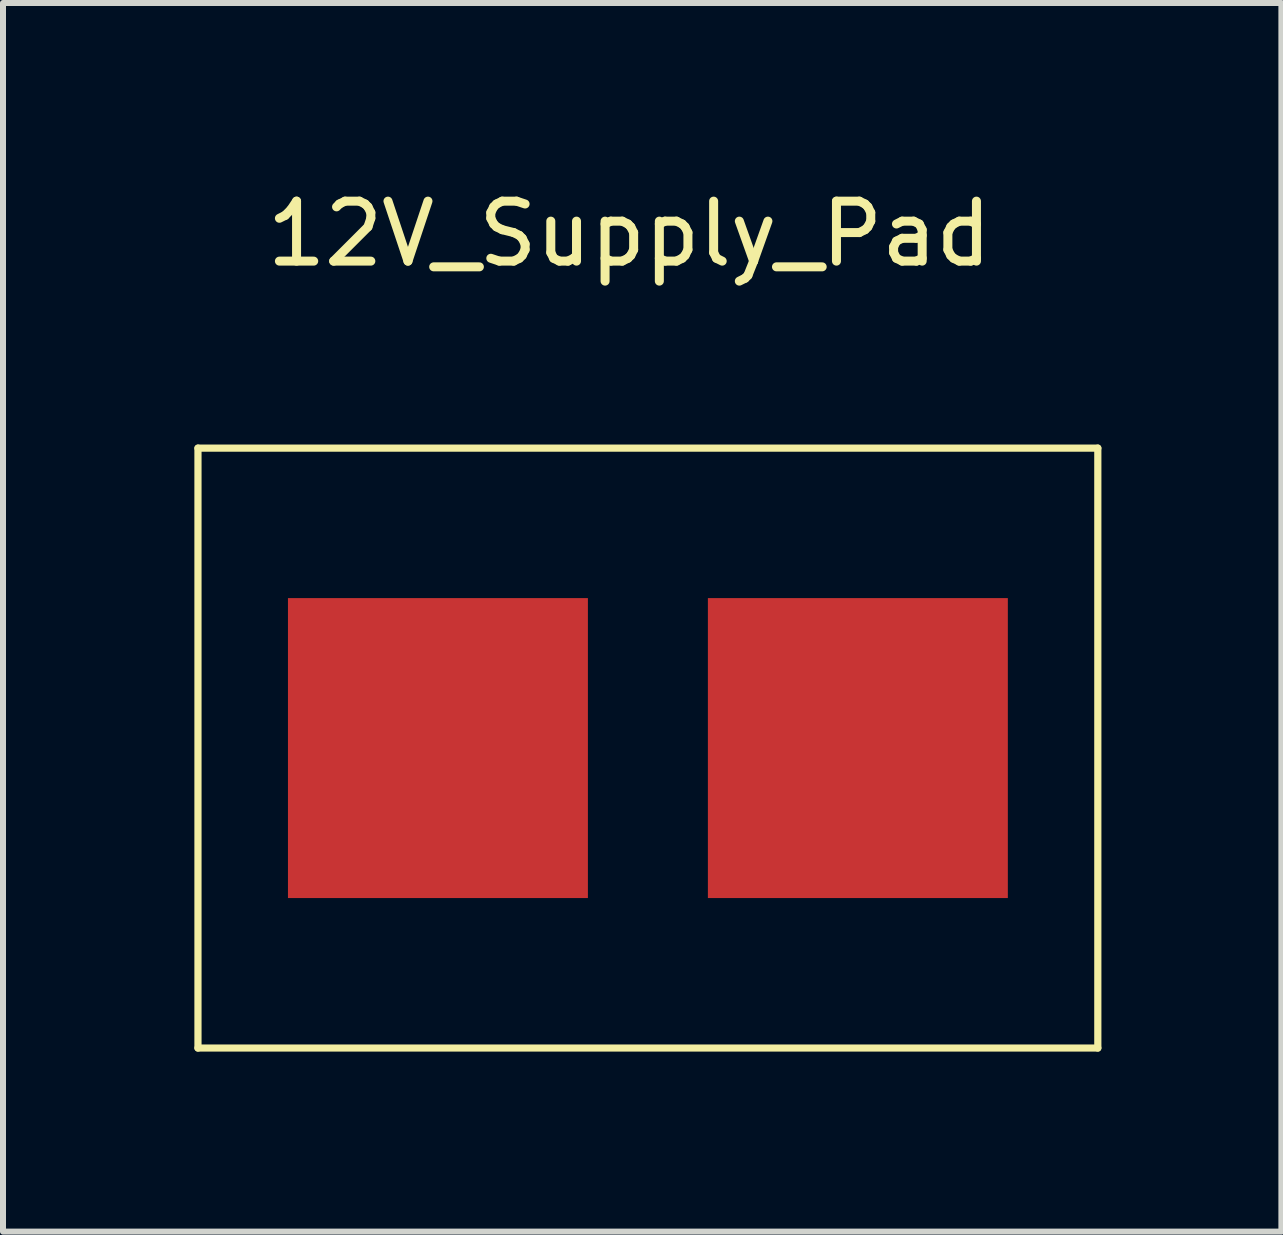
<source format=kicad_pcb>
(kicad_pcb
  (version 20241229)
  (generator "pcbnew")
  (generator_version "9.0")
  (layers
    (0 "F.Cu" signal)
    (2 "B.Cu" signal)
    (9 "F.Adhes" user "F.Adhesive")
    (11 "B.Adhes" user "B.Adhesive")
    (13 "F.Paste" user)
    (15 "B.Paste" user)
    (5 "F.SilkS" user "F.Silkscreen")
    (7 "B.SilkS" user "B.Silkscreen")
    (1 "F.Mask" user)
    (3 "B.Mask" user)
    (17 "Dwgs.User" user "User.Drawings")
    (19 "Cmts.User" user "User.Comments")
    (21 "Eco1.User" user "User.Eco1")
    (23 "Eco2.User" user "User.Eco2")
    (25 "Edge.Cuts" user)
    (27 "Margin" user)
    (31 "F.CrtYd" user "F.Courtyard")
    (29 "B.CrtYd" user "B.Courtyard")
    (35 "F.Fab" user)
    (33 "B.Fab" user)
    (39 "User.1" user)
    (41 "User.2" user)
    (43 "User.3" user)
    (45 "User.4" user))
  (footprint "12V_Supply_Pad"
    (layer "F.Cu")
    (at 0.25 4.42)
    (property "Reference" "12V_Supply_Pad" (at 7.191 -3.572 0) (layer "F.SilkS") (effects (font (size 1 1) (thickness 0.15))))
    (attr through_hole)
    (fp_line (start 0 0) (end 15 0) (stroke (width 0.12) (type solid)) (layer "F.SilkS"))
    (fp_line (start 0 10) (end 0 0) (stroke (width 0.12) (type solid)) (layer "F.SilkS"))
    (fp_line (start 15 0) (end 15 10) (stroke (width 0.12) (type solid)) (layer "F.SilkS"))
    (fp_line (start 15 10) (end 0 10) (stroke (width 0.12) (type solid)) (layer "F.SilkS"))
    (pad "1" smd rect (at 4 5) (size 5 5) (layers "F.Cu" "F.Mask" "F.Paste"))
    (pad "2" smd rect (at 11 5) (size 5 5) (layers "F.Cu" "F.Mask" "F.Paste")))
  (gr_rect
    (start -3 -3)
    (end 18.31 17.48)
    (stroke (width 0.1) (type default))
    (fill no)
    (layer "Edge.Cuts")))
</source>
